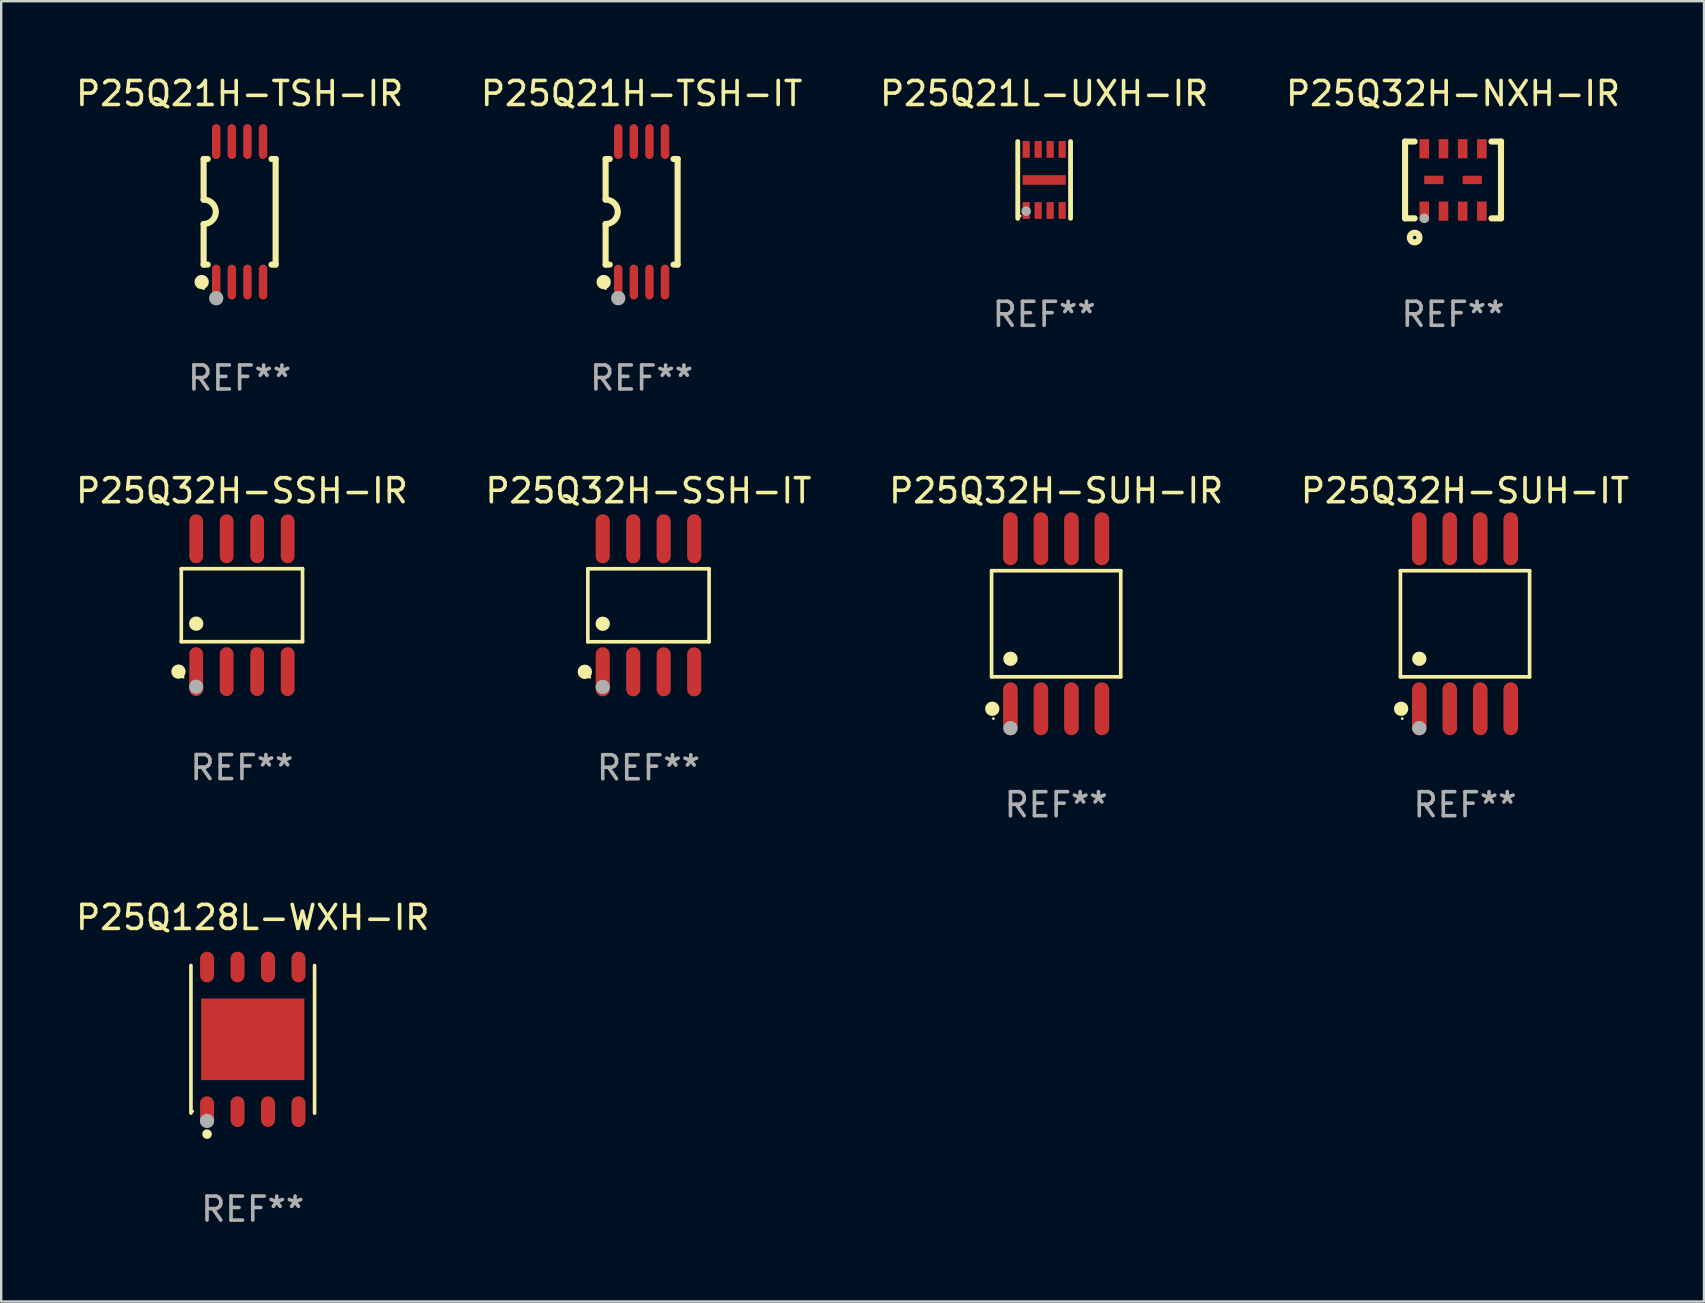
<source format=kicad_pcb>
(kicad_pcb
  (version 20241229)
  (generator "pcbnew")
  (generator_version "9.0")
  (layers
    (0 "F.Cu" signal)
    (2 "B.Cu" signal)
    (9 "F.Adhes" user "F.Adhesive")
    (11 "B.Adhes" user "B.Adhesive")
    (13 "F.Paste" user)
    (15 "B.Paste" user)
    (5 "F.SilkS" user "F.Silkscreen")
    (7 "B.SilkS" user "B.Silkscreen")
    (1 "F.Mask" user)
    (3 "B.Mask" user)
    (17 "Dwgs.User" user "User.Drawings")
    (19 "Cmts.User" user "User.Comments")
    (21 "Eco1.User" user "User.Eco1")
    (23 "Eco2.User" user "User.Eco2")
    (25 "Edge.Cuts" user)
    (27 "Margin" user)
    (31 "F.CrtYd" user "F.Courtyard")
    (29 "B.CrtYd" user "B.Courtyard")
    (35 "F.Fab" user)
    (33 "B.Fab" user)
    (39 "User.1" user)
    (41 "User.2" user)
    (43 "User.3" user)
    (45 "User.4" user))
  (footprint "P25Q21H-TSH-IT"
    (layer "F.Cu")
    (at 23.685 5.775)
    (property "Reference" "P25Q21H-TSH-IT" (at 0 -4.927 0) (layer "F.SilkS") (effects (font (size 1 1) (thickness 0.15))))
    (attr through_hole)
    (fp_line (start -1.5 -2.2) (end -1.5 -0.508) (stroke (width 0.254) (type solid)) (layer "F.SilkS"))
    (fp_line (start -1.5 -2.2) (end -1.328 -2.2) (stroke (width 0.254) (type solid)) (layer "F.SilkS"))
    (fp_line (start -1.5 2.2) (end -1.5 0.508) (stroke (width 0.254) (type solid)) (layer "F.SilkS"))
    (fp_line (start -1.5 2.2) (end -1.328 2.2) (stroke (width 0.254) (type solid)) (layer "F.SilkS"))
    (fp_line (start 1.328 -2.2) (end 1.5 -2.2) (stroke (width 0.254) (type solid)) (layer "F.SilkS"))
    (fp_line (start 1.328 2.2) (end 1.5 2.2) (stroke (width 0.254) (type solid)) (layer "F.SilkS"))
    (fp_line (start 1.5 -2.2) (end 1.5 2.2) (stroke (width 0.254) (type solid)) (layer "F.SilkS"))
    (fp_arc (start -1.501144 -0.508) (mid -0.993143 -0.000571) (end -1.5 0.508001) (stroke (width 0.254001) (type solid)) (layer "F.SilkS"))
    (fp_circle (center -1.581 2.927) (end -1.431 2.927) (stroke (width 0.3) (type solid)) (fill no) (layer "F.SilkS"))
    (fp_circle (center -1.5 3.2) (end -1.47 3.2) (stroke (width 0.06) (type solid)) (fill no) (layer "F.SilkS"))
    (fp_circle (center -0.975 3.6) (end -0.825 3.6) (stroke (width 0.3) (type solid)) (fill no) (layer "F.Fab"))
    (fp_text user "REF**" (at 0 6.927 0) (layer "F.Fab") (effects (font (size 1 1) (thickness 0.15))))
    (pad "1" smd oval (at -0.975 2.927) (size 0.353 1.454) (layers "F.Cu" "F.Mask" "F.Paste"))
    (pad "2" smd oval (at -0.325 2.927) (size 0.353 1.454) (layers "F.Cu" "F.Mask" "F.Paste"))
    (pad "3" smd oval (at 0.325 2.927) (size 0.353 1.454) (layers "F.Cu" "F.Mask" "F.Paste"))
    (pad "4" smd oval (at 0.975 2.927) (size 0.353 1.454) (layers "F.Cu" "F.Mask" "F.Paste"))
    (pad "5" smd oval (at 0.975 -2.927) (size 0.353 1.454) (layers "F.Cu" "F.Mask" "F.Paste"))
    (pad "6" smd oval (at 0.325 -2.927) (size 0.353 1.454) (layers "F.Cu" "F.Mask" "F.Paste"))
    (pad "7" smd oval (at -0.325 -2.927) (size 0.353 1.454) (layers "F.Cu" "F.Mask" "F.Paste"))
    (pad "8" smd oval (at -0.975 -2.927) (size 0.353 1.454) (layers "F.Cu" "F.Mask" "F.Paste")))
  (footprint "P25Q32H-SUH-IT"
    (layer "F.Cu")
    (at 57.994 22.941)
    (property "Reference" "P25Q32H-SUH-IT" (at 0 -5.542 0) (layer "F.SilkS") (effects (font (size 1 1) (thickness 0.15))))
    (attr through_hole)
    (fp_line (start -2.691 -2.211) (end 2.691 -2.211) (stroke (width 0.152) (type solid)) (layer "F.SilkS"))
    (fp_line (start -2.691 2.211) (end -2.691 -2.211) (stroke (width 0.152) (type solid)) (layer "F.SilkS"))
    (fp_line (start 2.691 -2.211) (end 2.691 2.211) (stroke (width 0.152) (type solid)) (layer "F.SilkS"))
    (fp_line (start 2.691 2.211) (end -2.691 2.211) (stroke (width 0.152) (type solid)) (layer "F.SilkS"))
    (fp_circle (center -2.662 3.542) (end -2.512 3.542) (stroke (width 0.3) (type solid)) (fill no) (layer "F.SilkS"))
    (fp_circle (center -2.615 3.95) (end -2.585 3.95) (stroke (width 0.06) (type solid)) (fill no) (layer "F.SilkS"))
    (fp_circle (center -1.905 1.459) (end -1.755 1.459) (stroke (width 0.3) (type solid)) (fill no) (layer "F.SilkS"))
    (fp_circle (center -1.905 4.35) (end -1.755 4.35) (stroke (width 0.3) (type solid)) (fill no) (layer "F.Fab"))
    (fp_text user "REF**" (at 0 7.542 0) (layer "F.Fab") (effects (font (size 1 1) (thickness 0.15))))
    (pad "1" smd oval (at -1.905 3.542) (size 0.609 2.204) (layers "F.Cu" "F.Mask" "F.Paste"))
    (pad "2" smd oval (at -0.635 3.542) (size 0.609 2.204) (layers "F.Cu" "F.Mask" "F.Paste"))
    (pad "3" smd oval (at 0.635 3.542) (size 0.609 2.204) (layers "F.Cu" "F.Mask" "F.Paste"))
    (pad "4" smd oval (at 1.905 3.542) (size 0.609 2.204) (layers "F.Cu" "F.Mask" "F.Paste"))
    (pad "5" smd oval (at 1.905 -3.542) (size 0.609 2.204) (layers "F.Cu" "F.Mask" "F.Paste"))
    (pad "6" smd oval (at 0.635 -3.542) (size 0.609 2.204) (layers "F.Cu" "F.Mask" "F.Paste"))
    (pad "7" smd oval (at -0.635 -3.542) (size 0.609 2.204) (layers "F.Cu" "F.Mask" "F.Paste"))
    (pad "8" smd oval (at -1.905 -3.542) (size 0.609 2.204) (layers "F.Cu" "F.Mask" "F.Paste")))
  (footprint "P25Q21H-TSH-IR"
    (layer "F.Cu")
    (at 6.935 5.775)
    (property "Reference" "P25Q21H-TSH-IR" (at 0 -4.927 0) (layer "F.SilkS") (effects (font (size 1 1) (thickness 0.15))))
    (attr through_hole)
    (fp_line (start -1.5 -2.2) (end -1.5 -0.508) (stroke (width 0.254) (type solid)) (layer "F.SilkS"))
    (fp_line (start -1.5 -2.2) (end -1.328 -2.2) (stroke (width 0.254) (type solid)) (layer "F.SilkS"))
    (fp_line (start -1.5 2.2) (end -1.5 0.508) (stroke (width 0.254) (type solid)) (layer "F.SilkS"))
    (fp_line (start -1.5 2.2) (end -1.328 2.2) (stroke (width 0.254) (type solid)) (layer "F.SilkS"))
    (fp_line (start 1.328 -2.2) (end 1.5 -2.2) (stroke (width 0.254) (type solid)) (layer "F.SilkS"))
    (fp_line (start 1.328 2.2) (end 1.5 2.2) (stroke (width 0.254) (type solid)) (layer "F.SilkS"))
    (fp_line (start 1.5 -2.2) (end 1.5 2.2) (stroke (width 0.254) (type solid)) (layer "F.SilkS"))
    (fp_arc (start -1.501144 -0.508) (mid -0.993143 -0.000571) (end -1.5 0.508001) (stroke (width 0.254001) (type solid)) (layer "F.SilkS"))
    (fp_circle (center -1.581 2.927) (end -1.431 2.927) (stroke (width 0.3) (type solid)) (fill no) (layer "F.SilkS"))
    (fp_circle (center -1.5 3.2) (end -1.47 3.2) (stroke (width 0.06) (type solid)) (fill no) (layer "F.SilkS"))
    (fp_circle (center -0.975 3.6) (end -0.825 3.6) (stroke (width 0.3) (type solid)) (fill no) (layer "F.Fab"))
    (fp_text user "REF**" (at 0 6.927 0) (layer "F.Fab") (effects (font (size 1 1) (thickness 0.15))))
    (pad "1" smd oval (at -0.975 2.927) (size 0.353 1.454) (layers "F.Cu" "F.Mask" "F.Paste"))
    (pad "2" smd oval (at -0.325 2.927) (size 0.353 1.454) (layers "F.Cu" "F.Mask" "F.Paste"))
    (pad "3" smd oval (at 0.325 2.927) (size 0.353 1.454) (layers "F.Cu" "F.Mask" "F.Paste"))
    (pad "4" smd oval (at 0.975 2.927) (size 0.353 1.454) (layers "F.Cu" "F.Mask" "F.Paste"))
    (pad "5" smd oval (at 0.975 -2.927) (size 0.353 1.454) (layers "F.Cu" "F.Mask" "F.Paste"))
    (pad "6" smd oval (at 0.325 -2.927) (size 0.353 1.454) (layers "F.Cu" "F.Mask" "F.Paste"))
    (pad "7" smd oval (at -0.325 -2.927) (size 0.353 1.454) (layers "F.Cu" "F.Mask" "F.Paste"))
    (pad "8" smd oval (at -0.975 -2.927) (size 0.353 1.454) (layers "F.Cu" "F.Mask" "F.Paste")))
  (footprint "P25Q32H-NXH-IR"
    (layer "F.Cu")
    (at 57.494 4.448)
    (property "Reference" "P25Q32H-NXH-IR" (at 0 -3.6 0) (layer "F.SilkS") (effects (font (size 1 1) (thickness 0.15))))
    (attr through_hole)
    (fp_line (start -2 -1.6) (end -1.599 -1.6) (stroke (width 0.254) (type solid)) (layer "F.SilkS"))
    (fp_line (start -2 1.6) (end -1.599 1.6) (stroke (width 0.254) (type solid)) (layer "F.SilkS"))
    (fp_line (start -1.998 -1.6) (end -1.998 1.6) (stroke (width 0.254) (type solid)) (layer "F.SilkS"))
    (fp_line (start 2 -1.6) (end 1.601 -1.6) (stroke (width 0.254) (type solid)) (layer "F.SilkS"))
    (fp_line (start 2 1.6) (end 1.601 1.6) (stroke (width 0.254) (type solid)) (layer "F.SilkS"))
    (fp_line (start 2 1.6) (end 2 -1.6) (stroke (width 0.254) (type solid)) (layer "F.SilkS"))
    (fp_circle (center -1.997 1.5) (end -1.967 1.5) (stroke (width 0.06) (type solid)) (fill no) (layer "F.SilkS"))
    (fp_circle (center -1.599 2.4) (end -1.399 2.4) (stroke (width 0.254) (type solid)) (fill no) (layer "F.SilkS"))
    (fp_circle (center -1.197 1.6) (end -1.097 1.6) (stroke (width 0.2) (type solid)) (fill no) (layer "F.Fab"))
    (fp_text user "REF**" (at 0 5.6 0) (layer "F.Fab") (effects (font (size 1 1) (thickness 0.15))))
    (pad "1" smd rect (at -1.197 1.3) (size 0.4 0.8) (layers "F.Cu" "F.Mask" "F.Paste"))
    (pad "2" smd rect (at -0.397 1.3) (size 0.4 0.8) (layers "F.Cu" "F.Mask" "F.Paste"))
    (pad "3" smd rect (at 0.403 1.3) (size 0.4 0.8) (layers "F.Cu" "F.Mask" "F.Paste"))
    (pad "4" smd rect (at 1.202 1.3) (size 0.4 0.8) (layers "F.Cu" "F.Mask" "F.Paste"))
    (pad "5" smd rect (at 1.202 -1.3) (size 0.4 0.8) (layers "F.Cu" "F.Mask" "F.Paste"))
    (pad "6" smd rect (at 0.403 -1.3) (size 0.4 0.8) (layers "F.Cu" "F.Mask" "F.Paste"))
    (pad "7" smd rect (at -0.397 -1.3) (size 0.4 0.8) (layers "F.Cu" "F.Mask" "F.Paste"))
    (pad "8" smd rect (at -1.197 -1.3) (size 0.4 0.8) (layers "F.Cu" "F.Mask" "F.Paste"))
    (pad "9" smd rect (at -0.8 0.00014 90) (size 0.35 0.8) (layers "F.Cu" "F.Mask" "F.Paste"))
    (pad "10" smd rect (at 0.801 0.00014 90) (size 0.35 0.8) (layers "F.Cu" "F.Mask" "F.Paste")))
  (footprint "P25Q128L-WXH-IR"
    (layer "F.Cu")
    (at 7.482 40.256)
    (property "Reference" "P25Q128L-WXH-IR" (at 0 -5.076 0) (layer "F.SilkS") (effects (font (size 1 1) (thickness 0.15))))
    (attr through_hole)
    (fp_line (start -2.576 3.076) (end -2.576 -3.076) (stroke (width 0.152) (type solid)) (layer "F.SilkS"))
    (fp_line (start 2.576 -3.076) (end 2.576 3.076) (stroke (width 0.152) (type solid)) (layer "F.SilkS"))
    (fp_circle (center -2.5 3) (end -2.47 3) (stroke (width 0.06) (type solid)) (fill no) (layer "F.SilkS"))
    (fp_circle (center -1.905 3.95) (end -1.805 3.95) (stroke (width 0.2) (type solid)) (fill no) (layer "F.SilkS"))
    (fp_circle (center -1.905 3.4) (end -1.755 3.4) (stroke (width 0.3) (type solid)) (fill no) (layer "F.Fab"))
    (fp_text user "REF**" (at 0 7.076 0) (layer "F.Fab") (effects (font (size 1 1) (thickness 0.15))))
    (pad "1" smd oval (at -1.905 3.013) (size 0.581 1.276) (layers "F.Cu" "F.Mask" "F.Paste"))
    (pad "2" smd oval (at -0.635 3.013) (size 0.581 1.276) (layers "F.Cu" "F.Mask" "F.Paste"))
    (pad "3" smd oval (at 0.635 3.013) (size 0.581 1.276) (layers "F.Cu" "F.Mask" "F.Paste"))
    (pad "4" smd oval (at 1.905 3.013) (size 0.581 1.276) (layers "F.Cu" "F.Mask" "F.Paste"))
    (pad "5" smd oval (at 1.905 -3.013) (size 0.581 1.276) (layers "F.Cu" "F.Mask" "F.Paste"))
    (pad "6" smd oval (at 0.635 -3.013) (size 0.581 1.276) (layers "F.Cu" "F.Mask" "F.Paste"))
    (pad "7" smd oval (at -0.635 -3.013) (size 0.581 1.276) (layers "F.Cu" "F.Mask" "F.Paste"))
    (pad "8" smd oval (at -1.905 -3.013) (size 0.581 1.276) (layers "F.Cu" "F.Mask" "F.Paste"))
    (pad "9" smd rect (at 0 0) (size 4.3 3.4) (layers "F.Cu" "F.Mask" "F.Paste")))
  (footprint "P25Q32H-SUH-IR"
    (layer "F.Cu")
    (at 40.958 22.941)
    (property "Reference" "P25Q32H-SUH-IR" (at 0 -5.542 0) (layer "F.SilkS") (effects (font (size 1 1) (thickness 0.15))))
    (attr through_hole)
    (fp_line (start -2.691 -2.211) (end 2.691 -2.211) (stroke (width 0.152) (type solid)) (layer "F.SilkS"))
    (fp_line (start -2.691 2.211) (end -2.691 -2.211) (stroke (width 0.152) (type solid)) (layer "F.SilkS"))
    (fp_line (start 2.691 -2.211) (end 2.691 2.211) (stroke (width 0.152) (type solid)) (layer "F.SilkS"))
    (fp_line (start 2.691 2.211) (end -2.691 2.211) (stroke (width 0.152) (type solid)) (layer "F.SilkS"))
    (fp_circle (center -2.662 3.542) (end -2.512 3.542) (stroke (width 0.3) (type solid)) (fill no) (layer "F.SilkS"))
    (fp_circle (center -2.615 3.95) (end -2.585 3.95) (stroke (width 0.06) (type solid)) (fill no) (layer "F.SilkS"))
    (fp_circle (center -1.905 1.459) (end -1.755 1.459) (stroke (width 0.3) (type solid)) (fill no) (layer "F.SilkS"))
    (fp_circle (center -1.905 4.35) (end -1.755 4.35) (stroke (width 0.3) (type solid)) (fill no) (layer "F.Fab"))
    (fp_text user "REF**" (at 0 7.542 0) (layer "F.Fab") (effects (font (size 1 1) (thickness 0.15))))
    (pad "1" smd oval (at -1.905 3.542) (size 0.609 2.204) (layers "F.Cu" "F.Mask" "F.Paste"))
    (pad "2" smd oval (at -0.635 3.542) (size 0.609 2.204) (layers "F.Cu" "F.Mask" "F.Paste"))
    (pad "3" smd oval (at 0.635 3.542) (size 0.609 2.204) (layers "F.Cu" "F.Mask" "F.Paste"))
    (pad "4" smd oval (at 1.905 3.542) (size 0.609 2.204) (layers "F.Cu" "F.Mask" "F.Paste"))
    (pad "5" smd oval (at 1.905 -3.542) (size 0.609 2.204) (layers "F.Cu" "F.Mask" "F.Paste"))
    (pad "6" smd oval (at 0.635 -3.542) (size 0.609 2.204) (layers "F.Cu" "F.Mask" "F.Paste"))
    (pad "7" smd oval (at -0.635 -3.542) (size 0.609 2.204) (layers "F.Cu" "F.Mask" "F.Paste"))
    (pad "8" smd oval (at -1.905 -3.542) (size 0.609 2.204) (layers "F.Cu" "F.Mask" "F.Paste")))
  (footprint "P25Q32H-SSH-IT"
    (layer "F.Cu")
    (at 23.97 22.171)
    (property "Reference" "P25Q32H-SSH-IT" (at 0 -4.772 0) (layer "F.SilkS") (effects (font (size 1 1) (thickness 0.15))))
    (attr through_hole)
    (fp_line (start -2.526 -1.521) (end 2.526 -1.521) (stroke (width 0.152) (type solid)) (layer "F.SilkS"))
    (fp_line (start -2.526 1.521) (end -2.526 -1.521) (stroke (width 0.152) (type solid)) (layer "F.SilkS"))
    (fp_line (start 2.526 -1.521) (end 2.526 1.521) (stroke (width 0.152) (type solid)) (layer "F.SilkS"))
    (fp_line (start 2.526 1.521) (end -2.526 1.521) (stroke (width 0.152) (type solid)) (layer "F.SilkS"))
    (fp_circle (center -2.652 2.772) (end -2.501 2.772) (stroke (width 0.3) (type solid)) (fill no) (layer "F.SilkS"))
    (fp_circle (center -2.45 3) (end -2.42 3) (stroke (width 0.06) (type solid)) (fill no) (layer "F.SilkS"))
    (fp_circle (center -1.905 0.769) (end -1.755 0.769) (stroke (width 0.3) (type solid)) (fill no) (layer "F.SilkS"))
    (fp_circle (center -1.905 3.4) (end -1.755 3.4) (stroke (width 0.3) (type solid)) (fill no) (layer "F.Fab"))
    (fp_text user "REF**" (at 0 6.772 0) (layer "F.Fab") (effects (font (size 1 1) (thickness 0.15))))
    (pad "1" smd oval (at -1.905 2.772) (size 0.588 2.045) (layers "F.Cu" "F.Mask" "F.Paste"))
    (pad "2" smd oval (at -0.635 2.772) (size 0.588 2.045) (layers "F.Cu" "F.Mask" "F.Paste"))
    (pad "3" smd oval (at 0.635 2.772) (size 0.588 2.045) (layers "F.Cu" "F.Mask" "F.Paste"))
    (pad "4" smd oval (at 1.905 2.772) (size 0.588 2.045) (layers "F.Cu" "F.Mask" "F.Paste"))
    (pad "5" smd oval (at 1.905 -2.772) (size 0.588 2.045) (layers "F.Cu" "F.Mask" "F.Paste"))
    (pad "6" smd oval (at 0.635 -2.772) (size 0.588 2.045) (layers "F.Cu" "F.Mask" "F.Paste"))
    (pad "7" smd oval (at -0.635 -2.772) (size 0.588 2.045) (layers "F.Cu" "F.Mask" "F.Paste"))
    (pad "8" smd oval (at -1.905 -2.772) (size 0.588 2.045) (layers "F.Cu" "F.Mask" "F.Paste")))
  (footprint "P25Q21L-UXH-IR"
    (layer "F.Cu")
    (at 40.458 4.448)
    (property "Reference" "P25Q21L-UXH-IR" (at 0 -3.6 0) (layer "F.SilkS") (effects (font (size 1 1) (thickness 0.15))))
    (attr through_hole)
    (fp_line (start -1.1 1.6) (end -1.1 -1.6) (stroke (width 0.2) (type solid)) (layer "F.SilkS"))
    (fp_line (start 1.1 1.6) (end 1.1 -1.6) (stroke (width 0.2) (type solid)) (layer "F.SilkS"))
    (fp_circle (center -1 1.5) (end -0.97 1.5) (stroke (width 0.06) (type solid)) (fill no) (layer "F.SilkS"))
    (fp_circle (center -0.75 1.3) (end -0.65 1.3) (stroke (width 0.2) (type solid)) (fill no) (layer "F.Fab"))
    (fp_text user "REF**" (at 0 5.6 0) (layer "F.Fab") (effects (font (size 1 1) (thickness 0.15))))
    (pad "1" smd rect (at -0.75 1.273 90) (size 0.7 0.3) (layers "F.Cu" "F.Mask" "F.Paste"))
    (pad "2" smd rect (at -0.25 1.273 90) (size 0.7 0.3) (layers "F.Cu" "F.Mask" "F.Paste"))
    (pad "3" smd rect (at 0.25 1.273 90) (size 0.7 0.3) (layers "F.Cu" "F.Mask" "F.Paste"))
    (pad "4" smd rect (at 0.75 1.273 90) (size 0.7 0.3) (layers "F.Cu" "F.Mask" "F.Paste"))
    (pad "5" smd rect (at 0.75 -1.273 90) (size 0.7 0.3) (layers "F.Cu" "F.Mask" "F.Paste"))
    (pad "6" smd rect (at 0.25 -1.273 90) (size 0.7 0.3) (layers "F.Cu" "F.Mask" "F.Paste"))
    (pad "7" smd rect (at -0.25 -1.273 90) (size 0.7 0.3) (layers "F.Cu" "F.Mask" "F.Paste"))
    (pad "8" smd rect (at -0.75 -1.273 90) (size 0.7 0.3) (layers "F.Cu" "F.Mask" "F.Paste"))
    (pad "9" smd rect (at 0.000127 0) (size 1.8 0.4) (layers "F.Cu" "F.Mask" "F.Paste")))
  (footprint "P25Q32H-SSH-IR"
    (layer "F.Cu")
    (at 7.03 22.167)
    (property "Reference" "P25Q32H-SSH-IR" (at 0 -4.768 0) (layer "F.SilkS") (effects (font (size 1 1) (thickness 0.15))))
    (attr through_hole)
    (fp_line (start -2.526 -1.521) (end 2.526 -1.521) (stroke (width 0.152) (type solid)) (layer "F.SilkS"))
    (fp_line (start -2.526 1.521) (end -2.526 -1.521) (stroke (width 0.152) (type solid)) (layer "F.SilkS"))
    (fp_line (start 2.526 -1.521) (end 2.526 1.521) (stroke (width 0.152) (type solid)) (layer "F.SilkS"))
    (fp_line (start 2.526 1.521) (end -2.526 1.521) (stroke (width 0.152) (type solid)) (layer "F.SilkS"))
    (fp_circle (center -2.644 2.768) (end -2.494 2.768) (stroke (width 0.3) (type solid)) (fill no) (layer "F.SilkS"))
    (fp_circle (center -2.45 2.998) (end -2.42 2.998) (stroke (width 0.06) (type solid)) (fill no) (layer "F.SilkS"))
    (fp_circle (center -1.905 0.769) (end -1.755 0.769) (stroke (width 0.3) (type solid)) (fill no) (layer "F.SilkS"))
    (fp_circle (center -1.905 3.398) (end -1.755 3.398) (stroke (width 0.3) (type solid)) (fill no) (layer "F.Fab"))
    (fp_text user "REF**" (at 0 6.768 0) (layer "F.Fab") (effects (font (size 1 1) (thickness 0.15))))
    (pad "1" smd oval (at -1.905 2.768) (size 0.574 2.036) (layers "F.Cu" "F.Mask" "F.Paste"))
    (pad "2" smd oval (at -0.635 2.768) (size 0.574 2.036) (layers "F.Cu" "F.Mask" "F.Paste"))
    (pad "3" smd oval (at 0.635 2.768) (size 0.574 2.036) (layers "F.Cu" "F.Mask" "F.Paste"))
    (pad "4" smd oval (at 1.905 2.768) (size 0.574 2.036) (layers "F.Cu" "F.Mask" "F.Paste"))
    (pad "5" smd oval (at 1.905 -2.768) (size 0.574 2.036) (layers "F.Cu" "F.Mask" "F.Paste"))
    (pad "6" smd oval (at 0.635 -2.768) (size 0.574 2.036) (layers "F.Cu" "F.Mask" "F.Paste"))
    (pad "7" smd oval (at -0.635 -2.768) (size 0.574 2.036) (layers "F.Cu" "F.Mask" "F.Paste"))
    (pad "8" smd oval (at -1.905 -2.768) (size 0.574 2.036) (layers "F.Cu" "F.Mask" "F.Paste")))
  (gr_rect
    (start -3 -3)
    (end 67.952 51.181)
    (stroke (width 0.1) (type default))
    (fill no)
    (layer "Edge.Cuts")))
</source>
